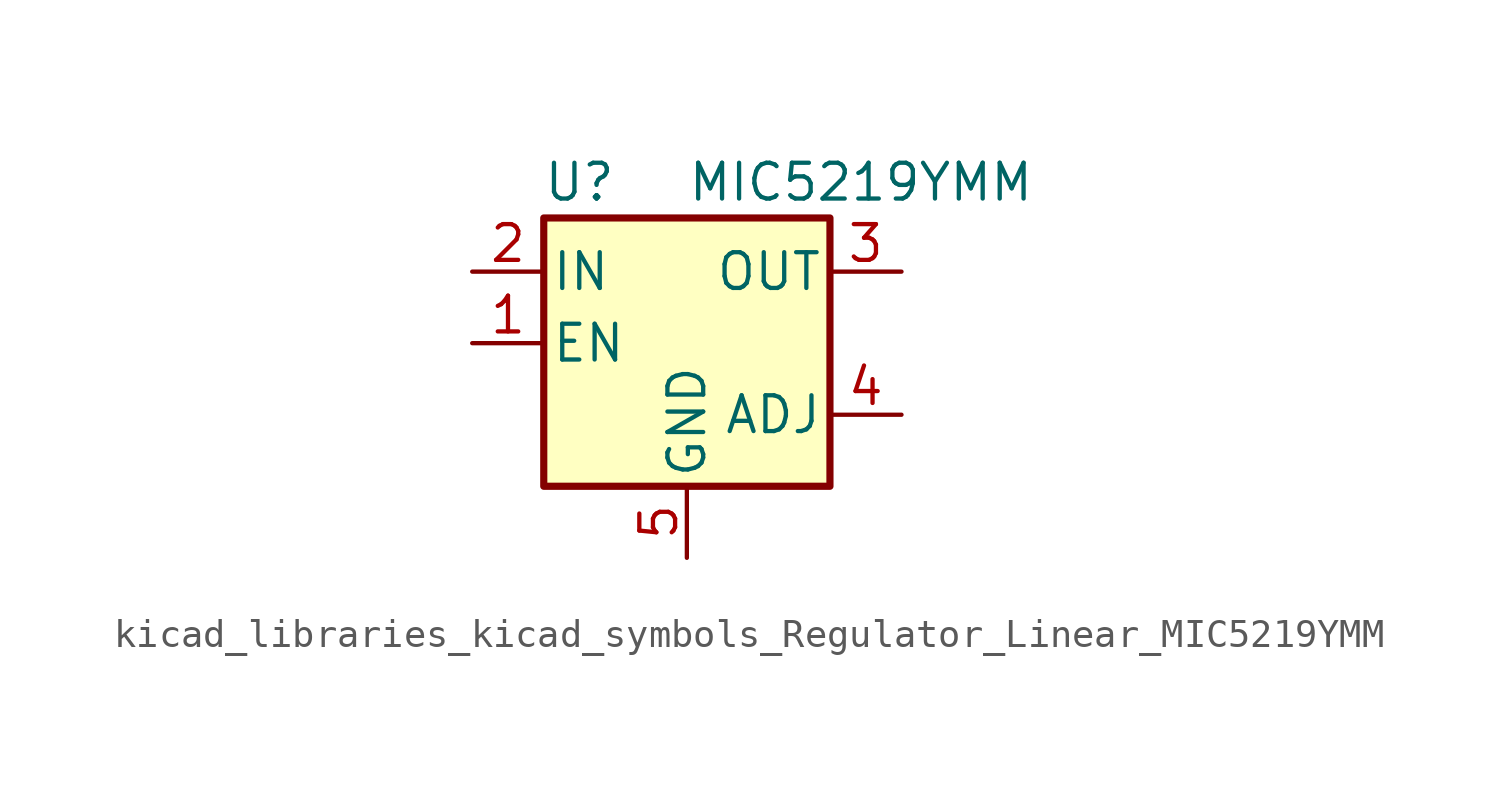
<source format=kicad_sym>
(kicad_symbol_lib
  (version 20220914)
  (generator kicad_symbol_editor)
  (symbol "kicad_libraries_kicad_symbols_Regulator_Linear_MIC5219YMM"
    (pin_names
      (offset 0.254))
    (property "Reference" "U"
      (at -3.81 5.715 0)
      (effects (font (size 1.27 1.27))))
    (property "Value" "MIC5219YMM"
      (at 0 5.715 0)
      (effects (font (size 1.27 1.27)) (justify left)))
    (symbol "kicad_libraries_kicad_symbols_Regulator_Linear_MIC5219YMM_0_1"
      (rectangle (start -5.08 4.445) (end 5.08 -5.08) (stroke (width 0.254) (type default)) (fill (type background))))
    (symbol "kicad_libraries_kicad_symbols_Regulator_Linear_MIC5219YMM_1_1"
      (pin input line (at -7.62 0 0) (length 2.54) (name "EN" (effects (font (size 1.27 1.27)))) (number "1" (effects (font (size 1.27 1.27)))))
      (pin power_in line (at -7.62 2.54 0) (length 2.54) (name "IN" (effects (font (size 1.27 1.27)))) (number "2" (effects (font (size 1.27 1.27)))))
      (pin power_out line (at 7.62 2.54 180) (length 2.54) (name "OUT" (effects (font (size 1.27 1.27)))) (number "3" (effects (font (size 1.27 1.27)))))
      (pin input line (at 7.62 -2.54 180) (length 2.54) (name "ADJ" (effects (font (size 1.27 1.27)))) (number "4" (effects (font (size 1.27 1.27)))))
      (pin power_in line (at 0 -7.62 90) (length 2.54) (name "GND" (effects (font (size 1.27 1.27)))) (number "5" (effects (font (size 1.27 1.27)))))
      (pin passive line (at 0 -7.62 90) (length 2.54) hide (name "GND" (effects (font (size 1.27 1.27)))) (number "6" (effects (font (size 1.27 1.27)))))
      (pin passive line (at 0 -7.62 90) (length 2.54) hide (name "GND" (effects (font (size 1.27 1.27)))) (number "7" (effects (font (size 1.27 1.27)))))
      (pin passive line (at 0 -7.62 90) (length 2.54) hide (name "GND" (effects (font (size 1.27 1.27)))) (number "8" (effects (font (size 1.27 1.27))))))))
</source>
